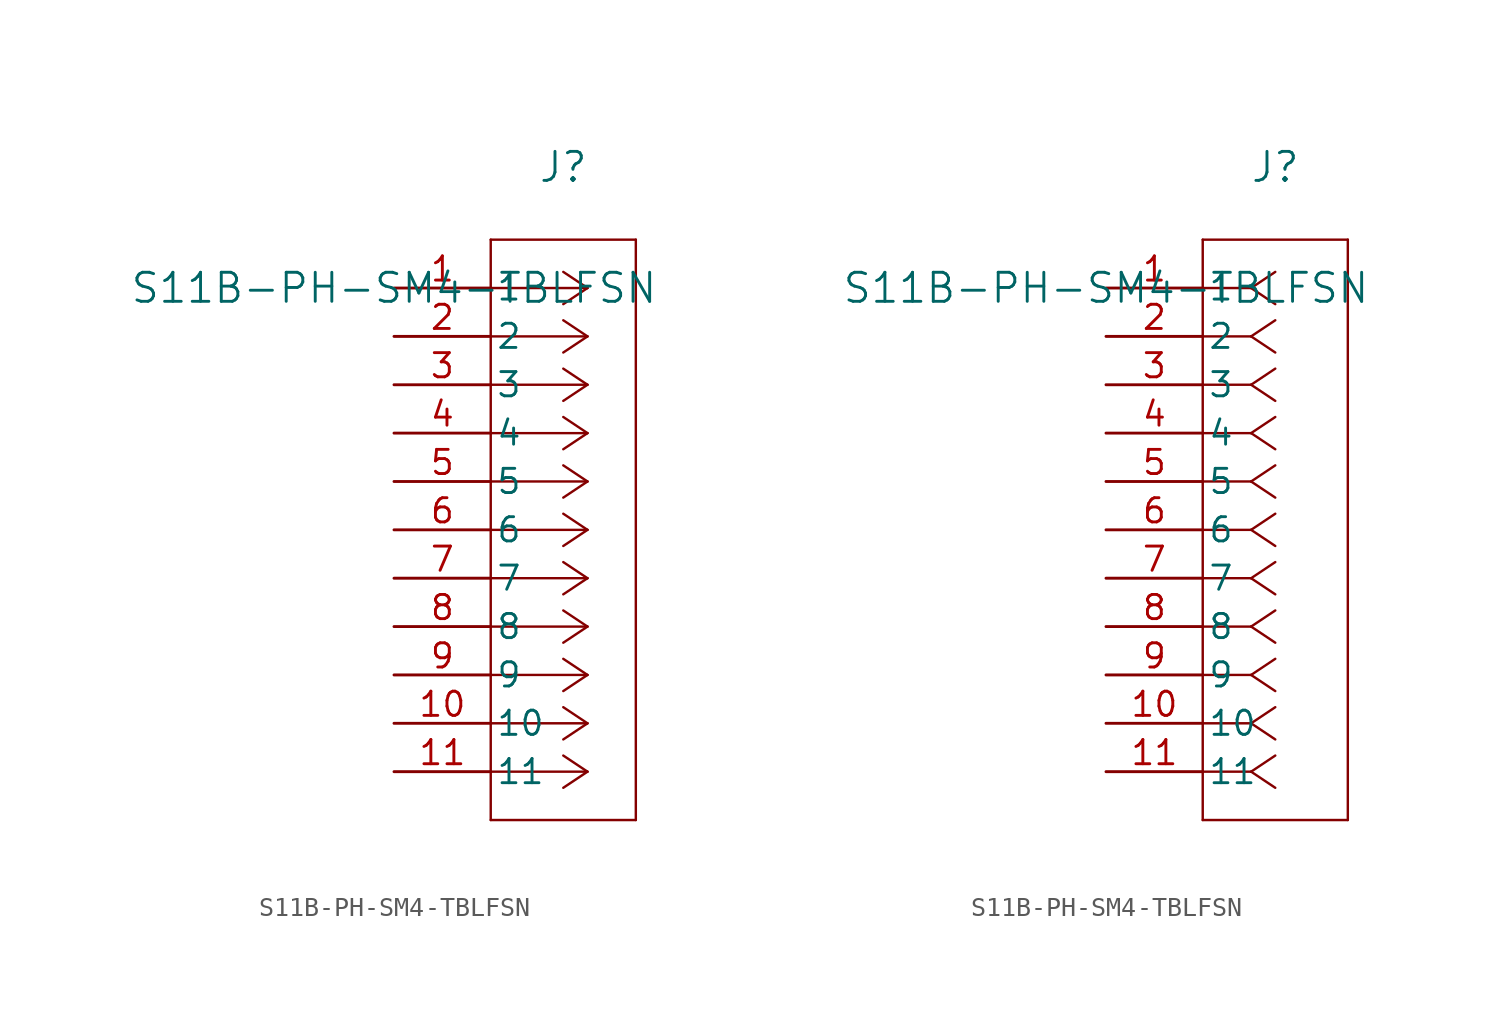
<source format=kicad_sym>
(kicad_symbol_lib
  (version 20220914)
  (generator kicad_symbol_editor)
  (symbol "S11B-PH-SM4-TBLFSN"
    (pin_names
      (offset 0.254))
    (property "Reference" "J"
      (at 8.89 6.35 0)
      (effects (font (size 1.524 1.524))))
    (property "Value" "S11B-PH-SM4-TBLFSN"
      (at 0 0 0)
      (effects (font (size 1.524 1.524))))
    (property "ki_locked" ""
      (at 0 0 0)
      (effects (font (size 1.27 1.27))))
    (symbol "S11B-PH-SM4-TBLFSN_1_1"
      (polyline (pts (xy 5.08 -27.94) (xy 12.7 -27.94)) (stroke (width 0.127) (type default)) (fill (type none)))
      (polyline (pts (xy 5.08 2.54) (xy 5.08 -27.94)) (stroke (width 0.127) (type default)) (fill (type none)))
      (polyline (pts (xy 10.16 -25.4) (xy 5.08 -25.4)) (stroke (width 0.127) (type default)) (fill (type none)))
      (polyline (pts (xy 10.16 -25.4) (xy 8.89 -26.247)) (stroke (width 0.127) (type default)) (fill (type none)))
      (polyline (pts (xy 10.16 -25.4) (xy 8.89 -24.553)) (stroke (width 0.127) (type default)) (fill (type none)))
      (polyline (pts (xy 10.16 -22.86) (xy 5.08 -22.86)) (stroke (width 0.127) (type default)) (fill (type none)))
      (polyline (pts (xy 10.16 -22.86) (xy 8.89 -23.707)) (stroke (width 0.127) (type default)) (fill (type none)))
      (polyline (pts (xy 10.16 -22.86) (xy 8.89 -22.013)) (stroke (width 0.127) (type default)) (fill (type none)))
      (polyline (pts (xy 10.16 -20.32) (xy 5.08 -20.32)) (stroke (width 0.127) (type default)) (fill (type none)))
      (polyline (pts (xy 10.16 -20.32) (xy 8.89 -21.167)) (stroke (width 0.127) (type default)) (fill (type none)))
      (polyline (pts (xy 10.16 -20.32) (xy 8.89 -19.473)) (stroke (width 0.127) (type default)) (fill (type none)))
      (polyline (pts (xy 10.16 -17.78) (xy 5.08 -17.78)) (stroke (width 0.127) (type default)) (fill (type none)))
      (polyline (pts (xy 10.16 -17.78) (xy 8.89 -18.627)) (stroke (width 0.127) (type default)) (fill (type none)))
      (polyline (pts (xy 10.16 -17.78) (xy 8.89 -16.933)) (stroke (width 0.127) (type default)) (fill (type none)))
      (polyline (pts (xy 10.16 -15.24) (xy 5.08 -15.24)) (stroke (width 0.127) (type default)) (fill (type none)))
      (polyline (pts (xy 10.16 -15.24) (xy 8.89 -16.087)) (stroke (width 0.127) (type default)) (fill (type none)))
      (polyline (pts (xy 10.16 -15.24) (xy 8.89 -14.393)) (stroke (width 0.127) (type default)) (fill (type none)))
      (polyline (pts (xy 10.16 -12.7) (xy 5.08 -12.7)) (stroke (width 0.127) (type default)) (fill (type none)))
      (polyline (pts (xy 10.16 -12.7) (xy 8.89 -13.547)) (stroke (width 0.127) (type default)) (fill (type none)))
      (polyline (pts (xy 10.16 -12.7) (xy 8.89 -11.853)) (stroke (width 0.127) (type default)) (fill (type none)))
      (polyline (pts (xy 10.16 -10.16) (xy 5.08 -10.16)) (stroke (width 0.127) (type default)) (fill (type none)))
      (polyline (pts (xy 10.16 -10.16) (xy 8.89 -11.007)) (stroke (width 0.127) (type default)) (fill (type none)))
      (polyline (pts (xy 10.16 -10.16) (xy 8.89 -9.313)) (stroke (width 0.127) (type default)) (fill (type none)))
      (polyline (pts (xy 10.16 -7.62) (xy 5.08 -7.62)) (stroke (width 0.127) (type default)) (fill (type none)))
      (polyline (pts (xy 10.16 -7.62) (xy 8.89 -8.467)) (stroke (width 0.127) (type default)) (fill (type none)))
      (polyline (pts (xy 10.16 -7.62) (xy 8.89 -6.773)) (stroke (width 0.127) (type default)) (fill (type none)))
      (polyline (pts (xy 10.16 -5.08) (xy 5.08 -5.08)) (stroke (width 0.127) (type default)) (fill (type none)))
      (polyline (pts (xy 10.16 -5.08) (xy 8.89 -5.927)) (stroke (width 0.127) (type default)) (fill (type none)))
      (polyline (pts (xy 10.16 -5.08) (xy 8.89 -4.233)) (stroke (width 0.127) (type default)) (fill (type none)))
      (polyline (pts (xy 10.16 -2.54) (xy 5.08 -2.54)) (stroke (width 0.127) (type default)) (fill (type none)))
      (polyline (pts (xy 10.16 -2.54) (xy 8.89 -3.387)) (stroke (width 0.127) (type default)) (fill (type none)))
      (polyline (pts (xy 10.16 -2.54) (xy 8.89 -1.693)) (stroke (width 0.127) (type default)) (fill (type none)))
      (polyline (pts (xy 10.16 0) (xy 5.08 0)) (stroke (width 0.127) (type default)) (fill (type none)))
      (polyline (pts (xy 10.16 0) (xy 8.89 -0.847)) (stroke (width 0.127) (type default)) (fill (type none)))
      (polyline (pts (xy 10.16 0) (xy 8.89 0.847)) (stroke (width 0.127) (type default)) (fill (type none)))
      (polyline (pts (xy 12.7 -27.94) (xy 12.7 2.54)) (stroke (width 0.127) (type default)) (fill (type none)))
      (polyline (pts (xy 12.7 2.54) (xy 5.08 2.54)) (stroke (width 0.127) (type default)) (fill (type none)))
      (pin unspecified line (at 0 0 0) (length 5.08) (name "1" (effects (font (size 1.27 1.27)))) (number "1" (effects (font (size 1.27 1.27)))))
      (pin unspecified line (at 0 -22.86 0) (length 5.08) (name "10" (effects (font (size 1.27 1.27)))) (number "10" (effects (font (size 1.27 1.27)))))
      (pin unspecified line (at 0 -25.4 0) (length 5.08) (name "11" (effects (font (size 1.27 1.27)))) (number "11" (effects (font (size 1.27 1.27)))))
      (pin unspecified line (at 0 -2.54 0) (length 5.08) (name "2" (effects (font (size 1.27 1.27)))) (number "2" (effects (font (size 1.27 1.27)))))
      (pin unspecified line (at 0 -5.08 0) (length 5.08) (name "3" (effects (font (size 1.27 1.27)))) (number "3" (effects (font (size 1.27 1.27)))))
      (pin unspecified line (at 0 -7.62 0) (length 5.08) (name "4" (effects (font (size 1.27 1.27)))) (number "4" (effects (font (size 1.27 1.27)))))
      (pin unspecified line (at 0 -10.16 0) (length 5.08) (name "5" (effects (font (size 1.27 1.27)))) (number "5" (effects (font (size 1.27 1.27)))))
      (pin unspecified line (at 0 -12.7 0) (length 5.08) (name "6" (effects (font (size 1.27 1.27)))) (number "6" (effects (font (size 1.27 1.27)))))
      (pin unspecified line (at 0 -15.24 0) (length 5.08) (name "7" (effects (font (size 1.27 1.27)))) (number "7" (effects (font (size 1.27 1.27)))))
      (pin unspecified line (at 0 -17.78 0) (length 5.08) (name "8" (effects (font (size 1.27 1.27)))) (number "8" (effects (font (size 1.27 1.27)))))
      (pin unspecified line (at 0 -20.32 0) (length 5.08) (name "9" (effects (font (size 1.27 1.27)))) (number "9" (effects (font (size 1.27 1.27))))))
    (symbol "S11B-PH-SM4-TBLFSN_1_2"
      (polyline (pts (xy 5.08 -27.94) (xy 12.7 -27.94)) (stroke (width 0.127) (type default)) (fill (type none)))
      (polyline (pts (xy 5.08 2.54) (xy 5.08 -27.94)) (stroke (width 0.127) (type default)) (fill (type none)))
      (polyline (pts (xy 7.62 -25.4) (xy 5.08 -25.4)) (stroke (width 0.127) (type default)) (fill (type none)))
      (polyline (pts (xy 7.62 -25.4) (xy 8.89 -26.247)) (stroke (width 0.127) (type default)) (fill (type none)))
      (polyline (pts (xy 7.62 -25.4) (xy 8.89 -24.553)) (stroke (width 0.127) (type default)) (fill (type none)))
      (polyline (pts (xy 7.62 -22.86) (xy 5.08 -22.86)) (stroke (width 0.127) (type default)) (fill (type none)))
      (polyline (pts (xy 7.62 -22.86) (xy 8.89 -23.707)) (stroke (width 0.127) (type default)) (fill (type none)))
      (polyline (pts (xy 7.62 -22.86) (xy 8.89 -22.013)) (stroke (width 0.127) (type default)) (fill (type none)))
      (polyline (pts (xy 7.62 -20.32) (xy 5.08 -20.32)) (stroke (width 0.127) (type default)) (fill (type none)))
      (polyline (pts (xy 7.62 -20.32) (xy 8.89 -21.167)) (stroke (width 0.127) (type default)) (fill (type none)))
      (polyline (pts (xy 7.62 -20.32) (xy 8.89 -19.473)) (stroke (width 0.127) (type default)) (fill (type none)))
      (polyline (pts (xy 7.62 -17.78) (xy 5.08 -17.78)) (stroke (width 0.127) (type default)) (fill (type none)))
      (polyline (pts (xy 7.62 -17.78) (xy 8.89 -18.627)) (stroke (width 0.127) (type default)) (fill (type none)))
      (polyline (pts (xy 7.62 -17.78) (xy 8.89 -16.933)) (stroke (width 0.127) (type default)) (fill (type none)))
      (polyline (pts (xy 7.62 -15.24) (xy 5.08 -15.24)) (stroke (width 0.127) (type default)) (fill (type none)))
      (polyline (pts (xy 7.62 -15.24) (xy 8.89 -16.087)) (stroke (width 0.127) (type default)) (fill (type none)))
      (polyline (pts (xy 7.62 -15.24) (xy 8.89 -14.393)) (stroke (width 0.127) (type default)) (fill (type none)))
      (polyline (pts (xy 7.62 -12.7) (xy 5.08 -12.7)) (stroke (width 0.127) (type default)) (fill (type none)))
      (polyline (pts (xy 7.62 -12.7) (xy 8.89 -13.547)) (stroke (width 0.127) (type default)) (fill (type none)))
      (polyline (pts (xy 7.62 -12.7) (xy 8.89 -11.853)) (stroke (width 0.127) (type default)) (fill (type none)))
      (polyline (pts (xy 7.62 -10.16) (xy 5.08 -10.16)) (stroke (width 0.127) (type default)) (fill (type none)))
      (polyline (pts (xy 7.62 -10.16) (xy 8.89 -11.007)) (stroke (width 0.127) (type default)) (fill (type none)))
      (polyline (pts (xy 7.62 -10.16) (xy 8.89 -9.313)) (stroke (width 0.127) (type default)) (fill (type none)))
      (polyline (pts (xy 7.62 -7.62) (xy 5.08 -7.62)) (stroke (width 0.127) (type default)) (fill (type none)))
      (polyline (pts (xy 7.62 -7.62) (xy 8.89 -8.467)) (stroke (width 0.127) (type default)) (fill (type none)))
      (polyline (pts (xy 7.62 -7.62) (xy 8.89 -6.773)) (stroke (width 0.127) (type default)) (fill (type none)))
      (polyline (pts (xy 7.62 -5.08) (xy 5.08 -5.08)) (stroke (width 0.127) (type default)) (fill (type none)))
      (polyline (pts (xy 7.62 -5.08) (xy 8.89 -5.927)) (stroke (width 0.127) (type default)) (fill (type none)))
      (polyline (pts (xy 7.62 -5.08) (xy 8.89 -4.233)) (stroke (width 0.127) (type default)) (fill (type none)))
      (polyline (pts (xy 7.62 -2.54) (xy 5.08 -2.54)) (stroke (width 0.127) (type default)) (fill (type none)))
      (polyline (pts (xy 7.62 -2.54) (xy 8.89 -3.387)) (stroke (width 0.127) (type default)) (fill (type none)))
      (polyline (pts (xy 7.62 -2.54) (xy 8.89 -1.693)) (stroke (width 0.127) (type default)) (fill (type none)))
      (polyline (pts (xy 7.62 0) (xy 5.08 0)) (stroke (width 0.127) (type default)) (fill (type none)))
      (polyline (pts (xy 7.62 0) (xy 8.89 -0.847)) (stroke (width 0.127) (type default)) (fill (type none)))
      (polyline (pts (xy 7.62 0) (xy 8.89 0.847)) (stroke (width 0.127) (type default)) (fill (type none)))
      (polyline (pts (xy 12.7 -27.94) (xy 12.7 2.54)) (stroke (width 0.127) (type default)) (fill (type none)))
      (polyline (pts (xy 12.7 2.54) (xy 5.08 2.54)) (stroke (width 0.127) (type default)) (fill (type none)))
      (pin unspecified line (at 0 0 0) (length 5.08) (name "1" (effects (font (size 1.27 1.27)))) (number "1" (effects (font (size 1.27 1.27)))))
      (pin unspecified line (at 0 -22.86 0) (length 5.08) (name "10" (effects (font (size 1.27 1.27)))) (number "10" (effects (font (size 1.27 1.27)))))
      (pin unspecified line (at 0 -25.4 0) (length 5.08) (name "11" (effects (font (size 1.27 1.27)))) (number "11" (effects (font (size 1.27 1.27)))))
      (pin unspecified line (at 0 -2.54 0) (length 5.08) (name "2" (effects (font (size 1.27 1.27)))) (number "2" (effects (font (size 1.27 1.27)))))
      (pin unspecified line (at 0 -5.08 0) (length 5.08) (name "3" (effects (font (size 1.27 1.27)))) (number "3" (effects (font (size 1.27 1.27)))))
      (pin unspecified line (at 0 -7.62 0) (length 5.08) (name "4" (effects (font (size 1.27 1.27)))) (number "4" (effects (font (size 1.27 1.27)))))
      (pin unspecified line (at 0 -10.16 0) (length 5.08) (name "5" (effects (font (size 1.27 1.27)))) (number "5" (effects (font (size 1.27 1.27)))))
      (pin unspecified line (at 0 -12.7 0) (length 5.08) (name "6" (effects (font (size 1.27 1.27)))) (number "6" (effects (font (size 1.27 1.27)))))
      (pin unspecified line (at 0 -15.24 0) (length 5.08) (name "7" (effects (font (size 1.27 1.27)))) (number "7" (effects (font (size 1.27 1.27)))))
      (pin unspecified line (at 0 -17.78 0) (length 5.08) (name "8" (effects (font (size 1.27 1.27)))) (number "8" (effects (font (size 1.27 1.27)))))
      (pin unspecified line (at 0 -20.32 0) (length 5.08) (name "9" (effects (font (size 1.27 1.27)))) (number "9" (effects (font (size 1.27 1.27))))))))
</source>
